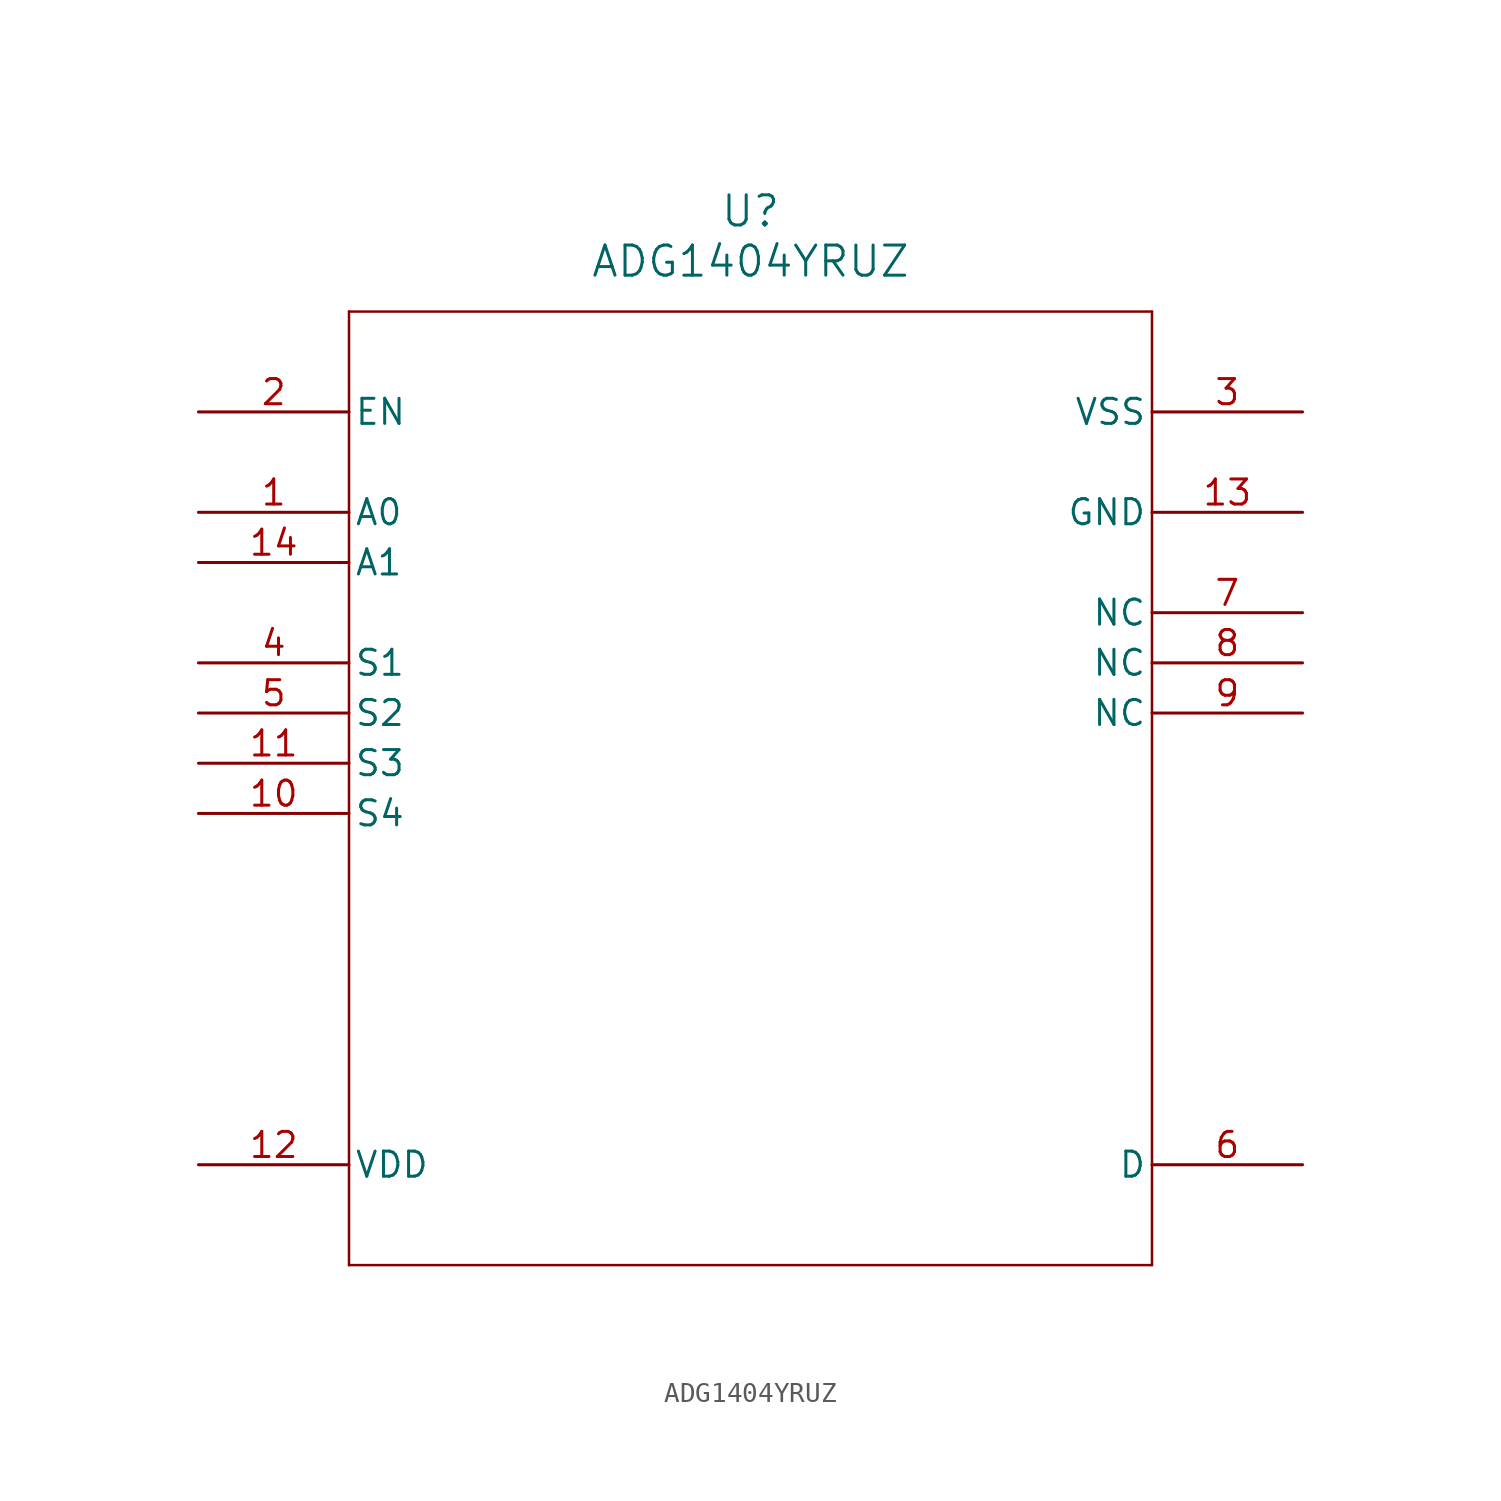
<source format=kicad_sym>
(kicad_symbol_lib
  (version 20220914)
  (generator kicad_symbol_editor)
  (symbol "ADG1404YRUZ"
    (pin_names
      (offset 0.254))
    (property "Reference" "U"
      (at 27.94 10.16 0)
      (effects (font (size 1.524 1.524))))
    (property "Value" "ADG1404YRUZ"
      (at 27.94 7.62 0)
      (effects (font (size 1.524 1.524))))
    (symbol "ADG1404YRUZ_1_1"
      (polyline (pts (xy 7.62 -43.18) (xy 48.26 -43.18)) (stroke (width 0.127) (type default)) (fill (type none)))
      (polyline (pts (xy 7.62 5.08) (xy 7.62 -43.18)) (stroke (width 0.127) (type default)) (fill (type none)))
      (polyline (pts (xy 48.26 -43.18) (xy 48.26 5.08)) (stroke (width 0.127) (type default)) (fill (type none)))
      (polyline (pts (xy 48.26 5.08) (xy 7.62 5.08)) (stroke (width 0.127) (type default)) (fill (type none)))
      (pin unspecified line (at 0 -5.08 0) (length 7.62) (name "A0" (effects (font (size 1.27 1.27)))) (number "1" (effects (font (size 1.27 1.27)))))
      (pin unspecified line (at 0 -20.32 0) (length 7.62) (name "S4" (effects (font (size 1.27 1.27)))) (number "10" (effects (font (size 1.27 1.27)))))
      (pin unspecified line (at 0 -17.78 0) (length 7.62) (name "S3" (effects (font (size 1.27 1.27)))) (number "11" (effects (font (size 1.27 1.27)))))
      (pin power_in line (at 0 -38.1 0) (length 7.62) (name "VDD" (effects (font (size 1.27 1.27)))) (number "12" (effects (font (size 1.27 1.27)))))
      (pin unspecified line (at 55.88 -5.08 180) (length 7.62) (name "GND" (effects (font (size 1.27 1.27)))) (number "13" (effects (font (size 1.27 1.27)))))
      (pin unspecified line (at 0 -7.62 0) (length 7.62) (name "A1" (effects (font (size 1.27 1.27)))) (number "14" (effects (font (size 1.27 1.27)))))
      (pin unspecified line (at 0 0 0) (length 7.62) (name "EN" (effects (font (size 1.27 1.27)))) (number "2" (effects (font (size 1.27 1.27)))))
      (pin unspecified line (at 55.88 0 180) (length 7.62) (name "VSS" (effects (font (size 1.27 1.27)))) (number "3" (effects (font (size 1.27 1.27)))))
      (pin unspecified line (at 0 -12.7 0) (length 7.62) (name "S1" (effects (font (size 1.27 1.27)))) (number "4" (effects (font (size 1.27 1.27)))))
      (pin unspecified line (at 0 -15.24 0) (length 7.62) (name "S2" (effects (font (size 1.27 1.27)))) (number "5" (effects (font (size 1.27 1.27)))))
      (pin unspecified line (at 55.88 -38.1 180) (length 7.62) (name "D" (effects (font (size 1.27 1.27)))) (number "6" (effects (font (size 1.27 1.27)))))
      (pin unspecified line (at 55.88 -10.16 180) (length 7.62) (name "NC" (effects (font (size 1.27 1.27)))) (number "7" (effects (font (size 1.27 1.27)))))
      (pin unspecified line (at 55.88 -12.7 180) (length 7.62) (name "NC" (effects (font (size 1.27 1.27)))) (number "8" (effects (font (size 1.27 1.27)))))
      (pin unspecified line (at 55.88 -15.24 180) (length 7.62) (name "NC" (effects (font (size 1.27 1.27)))) (number "9" (effects (font (size 1.27 1.27))))))))
</source>
